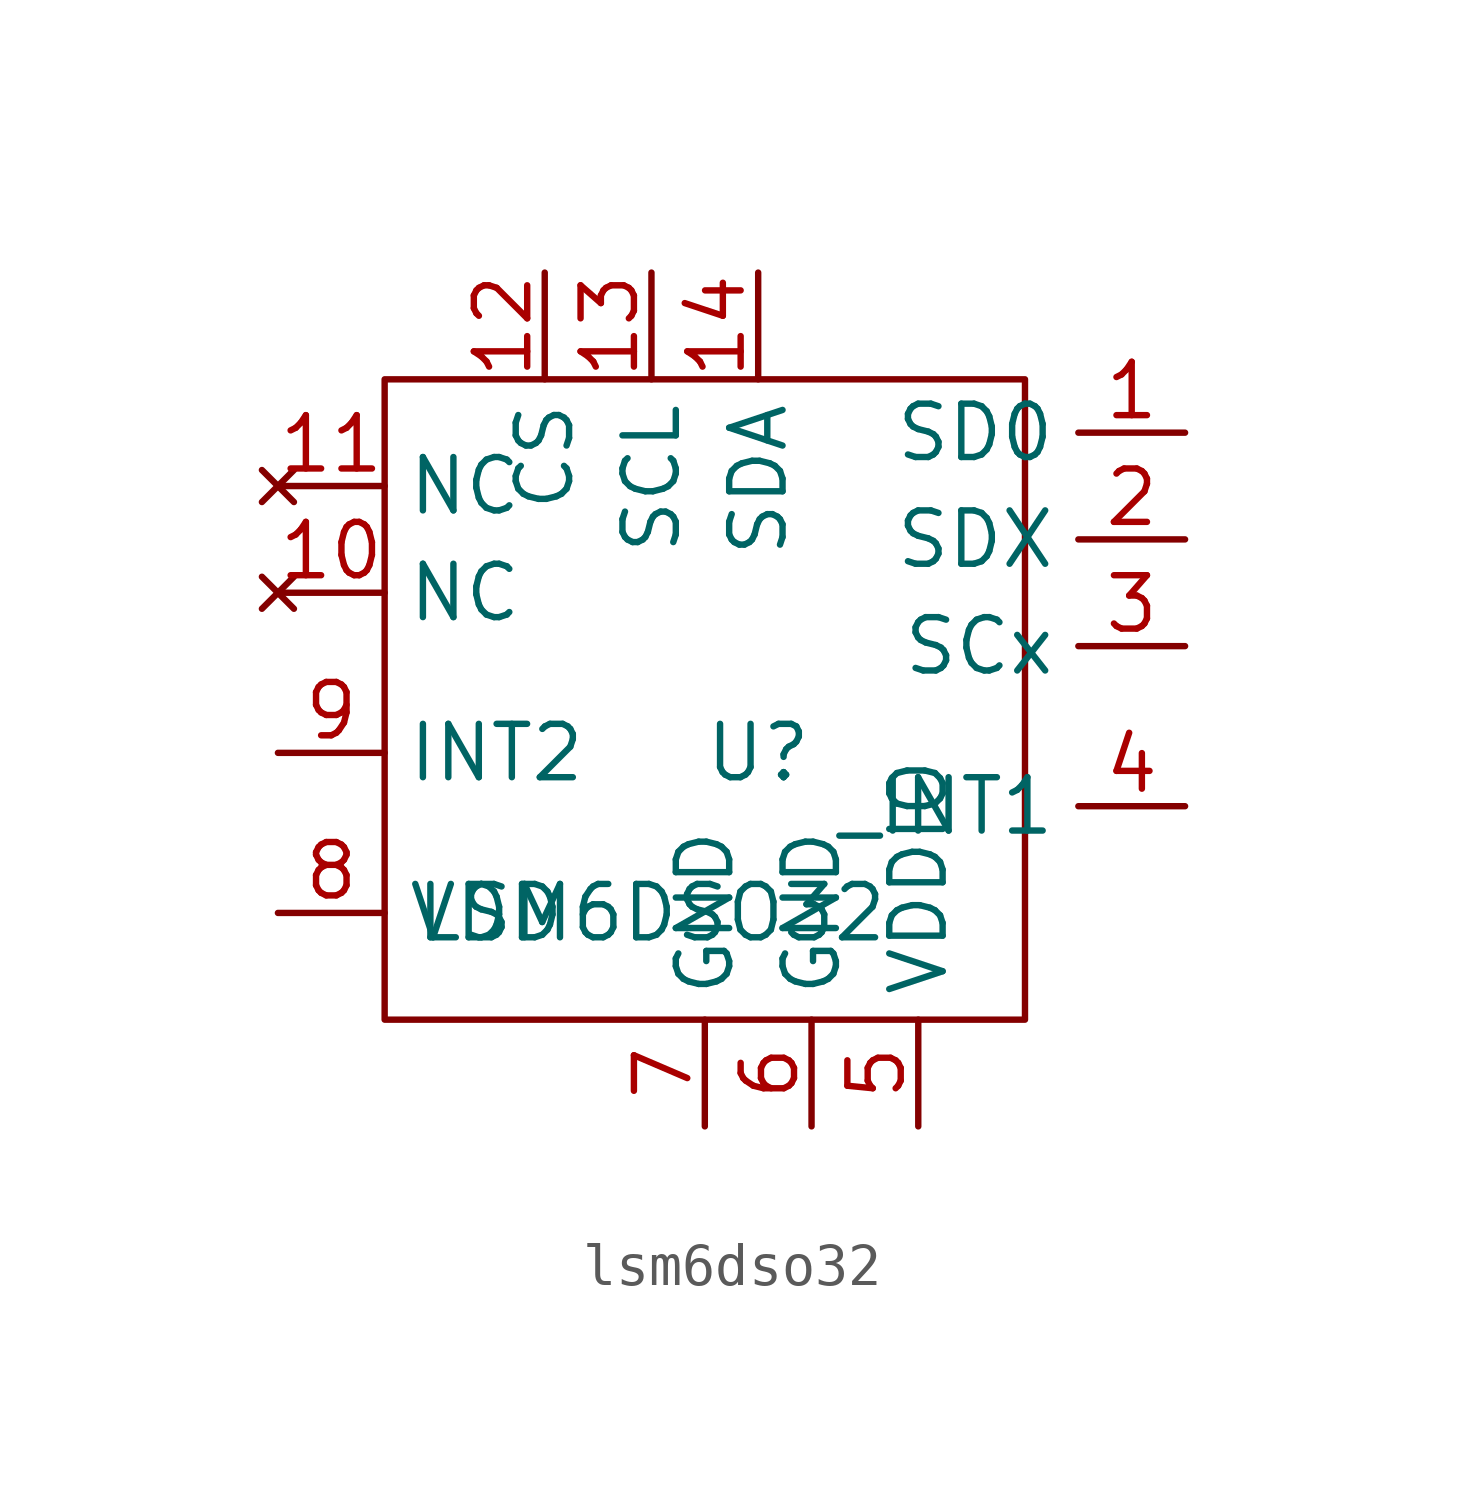
<source format=kicad_sym>
(kicad_symbol_lib
  (version 20220914)
  (generator kicad_symbol_editor)
  (symbol "lsm6dso32"
    (property "Reference" "U"
      (at 2.54 3.81 0)
      (effects (font (size 1.27 1.27))))
    (property "Value" "LSM6DSO32"
      (at 0 0 0)
      (effects (font (size 1.27 1.27))))
    (symbol "lsm6dso32_0_1"
      (rectangle (start -6.35 12.7) (end 8.89 -2.54) (stroke (width 0) (type default)) (fill (type none))))
    (symbol "lsm6dso32_1_0"
      (pin no_connect line (at -8.89 7.62 0) (length 2.54) (name "NC" (effects (font (size 1.27 1.27)))) (number "10" (effects (font (size 1.27 1.27)))))
      (pin no_connect line (at -8.89 10.16 0) (length 2.54) (name "NC" (effects (font (size 1.27 1.27)))) (number "11" (effects (font (size 1.27 1.27)))))
      (pin input line (at -2.54 15.24 270) (length 2.54) (name "CS" (effects (font (size 1.27 1.27)))) (number "12" (effects (font (size 1.27 1.27)))))
      (pin input line (at 0 15.24 270) (length 2.54) (name "SCL" (effects (font (size 1.27 1.27)))) (number "13" (effects (font (size 1.27 1.27)))))
      (pin input line (at 2.54 15.24 270) (length 2.54) (name "SDA" (effects (font (size 1.27 1.27)))) (number "14" (effects (font (size 1.27 1.27)))))
      (pin power_out line (at 1.27 -5.08 90) (length 2.54) (name "GND" (effects (font (size 1.27 1.27)))) (number "7" (effects (font (size 1.27 1.27)))))
      (pin power_in line (at -8.89 0 0) (length 2.54) (name "VDD" (effects (font (size 1.27 1.27)))) (number "8" (effects (font (size 1.27 1.27)))))
      (pin input line (at -8.89 3.81 0) (length 2.54) (name "INT2" (effects (font (size 1.27 1.27)))) (number "9" (effects (font (size 1.27 1.27))))))
    (symbol "lsm6dso32_1_1"
      (pin output line (at 12.7 11.43 180) (length 2.54) (name "SD0" (effects (font (size 1.27 1.27)))) (number "1" (effects (font (size 1.27 1.27)))))
      (pin bidirectional line (at 12.7 8.89 180) (length 2.54) (name "SDX" (effects (font (size 1.27 1.27)))) (number "2" (effects (font (size 1.27 1.27)))))
      (pin bidirectional line (at 12.7 6.35 180) (length 2.54) (name "SCx" (effects (font (size 1.27 1.27)))) (number "3" (effects (font (size 1.27 1.27)))))
      (pin input line (at 12.7 2.54 180) (length 2.54) (name "_INT1" (effects (font (size 1.27 1.27)))) (number "4" (effects (font (size 1.27 1.27)))))
      (pin power_in line (at 6.35 -5.08 90) (length 2.54) (name "VDDIO" (effects (font (size 1.27 1.27)))) (number "5" (effects (font (size 1.27 1.27)))))
      (pin power_out line (at 3.81 -5.08 90) (length 2.54) (name "GND" (effects (font (size 1.27 1.27)))) (number "6" (effects (font (size 1.27 1.27))))))))
</source>
